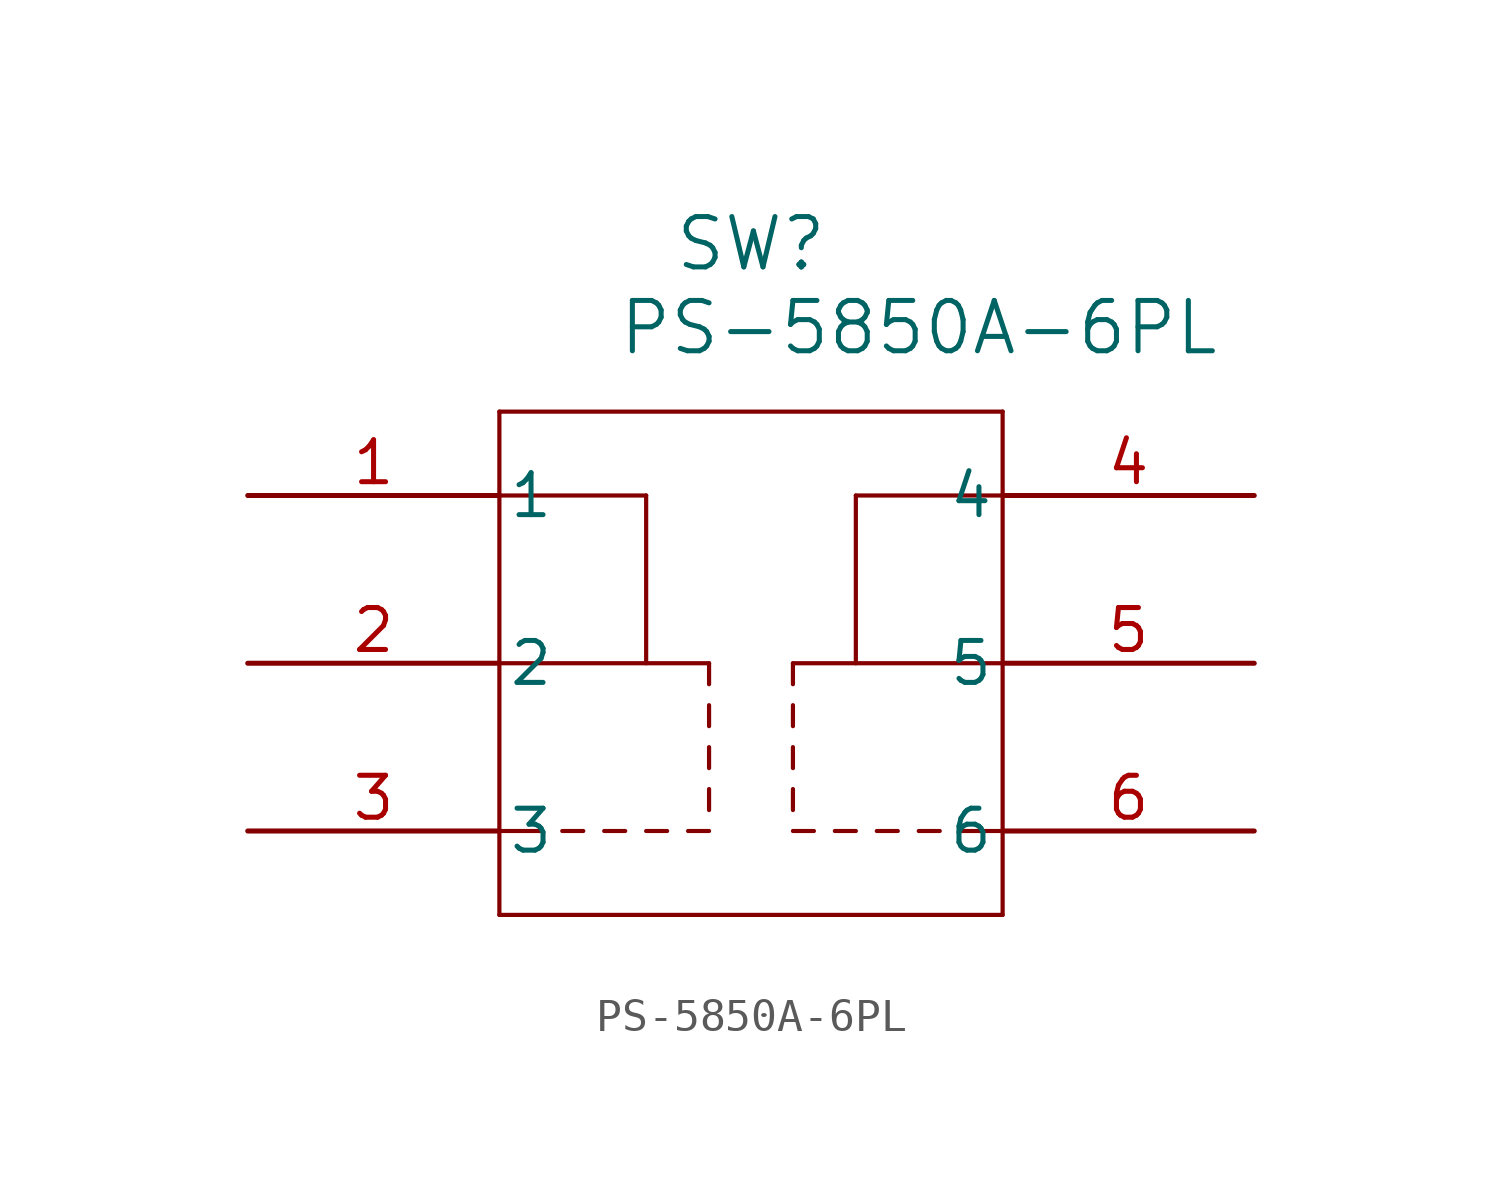
<source format=kicad_sym>
(kicad_symbol_lib
  (version 20211014)
  (generator kicad_symbol_editor)
  (symbol "PS-5850A-6PL"
    (pin_names
      (offset 0.254))
    (property "Reference" "SW"
      (at 15.24 7.62 0)
      (effects (font (size 1.524 1.524))))
    (property "Value" "PS-5850A-6PL"
      (at 20.32 5.08 0)
      (effects (font (size 1.524 1.524))))
    (symbol "PS-5850A-6PL_0_1"
      (polyline (pts (xy 7.62 2.54) (xy 7.62 -12.7)) (stroke (width 0.127) (type default) (color 0 0 0 0)) (fill (type none)))
      (polyline (pts (xy 7.62 -12.7) (xy 22.86 -12.7)) (stroke (width 0.127) (type default) (color 0 0 0 0)) (fill (type none)))
      (polyline (pts (xy 22.86 -12.7) (xy 22.86 2.54)) (stroke (width 0.127) (type default) (color 0 0 0 0)) (fill (type none)))
      (polyline (pts (xy 22.86 2.54) (xy 7.62 2.54)) (stroke (width 0.127) (type default) (color 0 0 0 0)) (fill (type none)))
      (polyline (pts (xy 7.62 0) (xy 12.065 0)) (stroke (width 0.127) (type default) (color 0 0 0 0)) (fill (type none)))
      (polyline (pts (xy 12.065 0) (xy 12.065 -5.08)) (stroke (width 0.127) (type default) (color 0 0 0 0)) (fill (type none)))
      (polyline (pts (xy 7.62 -5.08) (xy 13.97 -5.08)) (stroke (width 0.127) (type default) (color 0 0 0 0)) (fill (type none)))
      (polyline (pts (xy 13.97 -5.08) (xy 13.97 -5.715)) (stroke (width 0.127) (type default) (color 0 0 0 0)) (fill (type none)))
      (polyline (pts (xy 13.97 -6.35) (xy 13.97 -6.985)) (stroke (width 0.127) (type default) (color 0 0 0 0)) (fill (type none)))
      (polyline (pts (xy 13.97 -7.62) (xy 13.97 -8.255)) (stroke (width 0.127) (type default) (color 0 0 0 0)) (fill (type none)))
      (polyline (pts (xy 13.97 -8.89) (xy 13.97 -9.525)) (stroke (width 0.127) (type default) (color 0 0 0 0)) (fill (type none)))
      (polyline (pts (xy 13.97 -10.16) (xy 13.335 -10.16)) (stroke (width 0.127) (type default) (color 0 0 0 0)) (fill (type none)))
      (polyline (pts (xy 12.7 -10.16) (xy 12.065 -10.16)) (stroke (width 0.127) (type default) (color 0 0 0 0)) (fill (type none)))
      (polyline (pts (xy 11.43 -10.16) (xy 10.795 -10.16)) (stroke (width 0.127) (type default) (color 0 0 0 0)) (fill (type none)))
      (polyline (pts (xy 10.16 -10.16) (xy 9.525 -10.16)) (stroke (width 0.127) (type default) (color 0 0 0 0)) (fill (type none)))
      (polyline (pts (xy 8.89 -10.16) (xy 7.62 -10.16)) (stroke (width 0.127) (type default) (color 0 0 0 0)) (fill (type none)))
      (polyline (pts (xy 22.86 0) (xy 18.415 0)) (stroke (width 0.127) (type default) (color 0 0 0 0)) (fill (type none)))
      (polyline (pts (xy 18.415 0) (xy 18.415 -5.08)) (stroke (width 0.127) (type default) (color 0 0 0 0)) (fill (type none)))
      (polyline (pts (xy 22.86 -5.08) (xy 16.51 -5.08)) (stroke (width 0.127) (type default) (color 0 0 0 0)) (fill (type none)))
      (polyline (pts (xy 16.51 -5.08) (xy 16.51 -5.715)) (stroke (width 0.127) (type default) (color 0 0 0 0)) (fill (type none)))
      (polyline (pts (xy 16.51 -6.35) (xy 16.51 -6.985)) (stroke (width 0.127) (type default) (color 0 0 0 0)) (fill (type none)))
      (polyline (pts (xy 16.51 -7.62) (xy 16.51 -8.255)) (stroke (width 0.127) (type default) (color 0 0 0 0)) (fill (type none)))
      (polyline (pts (xy 16.51 -8.89) (xy 16.51 -9.525)) (stroke (width 0.127) (type default) (color 0 0 0 0)) (fill (type none)))
      (polyline (pts (xy 16.51 -10.16) (xy 17.145 -10.16)) (stroke (width 0.127) (type default) (color 0 0 0 0)) (fill (type none)))
      (polyline (pts (xy 17.78 -10.16) (xy 18.415 -10.16)) (stroke (width 0.127) (type default) (color 0 0 0 0)) (fill (type none)))
      (polyline (pts (xy 19.05 -10.16) (xy 19.685 -10.16)) (stroke (width 0.127) (type default) (color 0 0 0 0)) (fill (type none)))
      (polyline (pts (xy 20.32 -10.16) (xy 20.955 -10.16)) (stroke (width 0.127) (type default) (color 0 0 0 0)) (fill (type none)))
      (polyline (pts (xy 21.59 -10.16) (xy 22.86 -10.16)) (stroke (width 0.127) (type default) (color 0 0 0 0)) (fill (type none)))
      (pin unspecified line (at 0 0 0) (length 7.62) (name "1" (effects (font (size 1.27 1.27)))) (number "1" (effects (font (size 1.27 1.27)))))
      (pin unspecified line (at 0 -5.08 0) (length 7.62) (name "2" (effects (font (size 1.27 1.27)))) (number "2" (effects (font (size 1.27 1.27)))))
      (pin unspecified line (at 0 -10.16 0) (length 7.62) (name "3" (effects (font (size 1.27 1.27)))) (number "3" (effects (font (size 1.27 1.27)))))
      (pin unspecified line (at 30.48 0 180) (length 7.62) (name "4" (effects (font (size 1.27 1.27)))) (number "4" (effects (font (size 1.27 1.27)))))
      (pin unspecified line (at 30.48 -5.08 180) (length 7.62) (name "5" (effects (font (size 1.27 1.27)))) (number "5" (effects (font (size 1.27 1.27)))))
      (pin unspecified line (at 30.48 -10.16 180) (length 7.62) (name "6" (effects (font (size 1.27 1.27)))) (number "6" (effects (font (size 1.27 1.27))))))))
</source>
